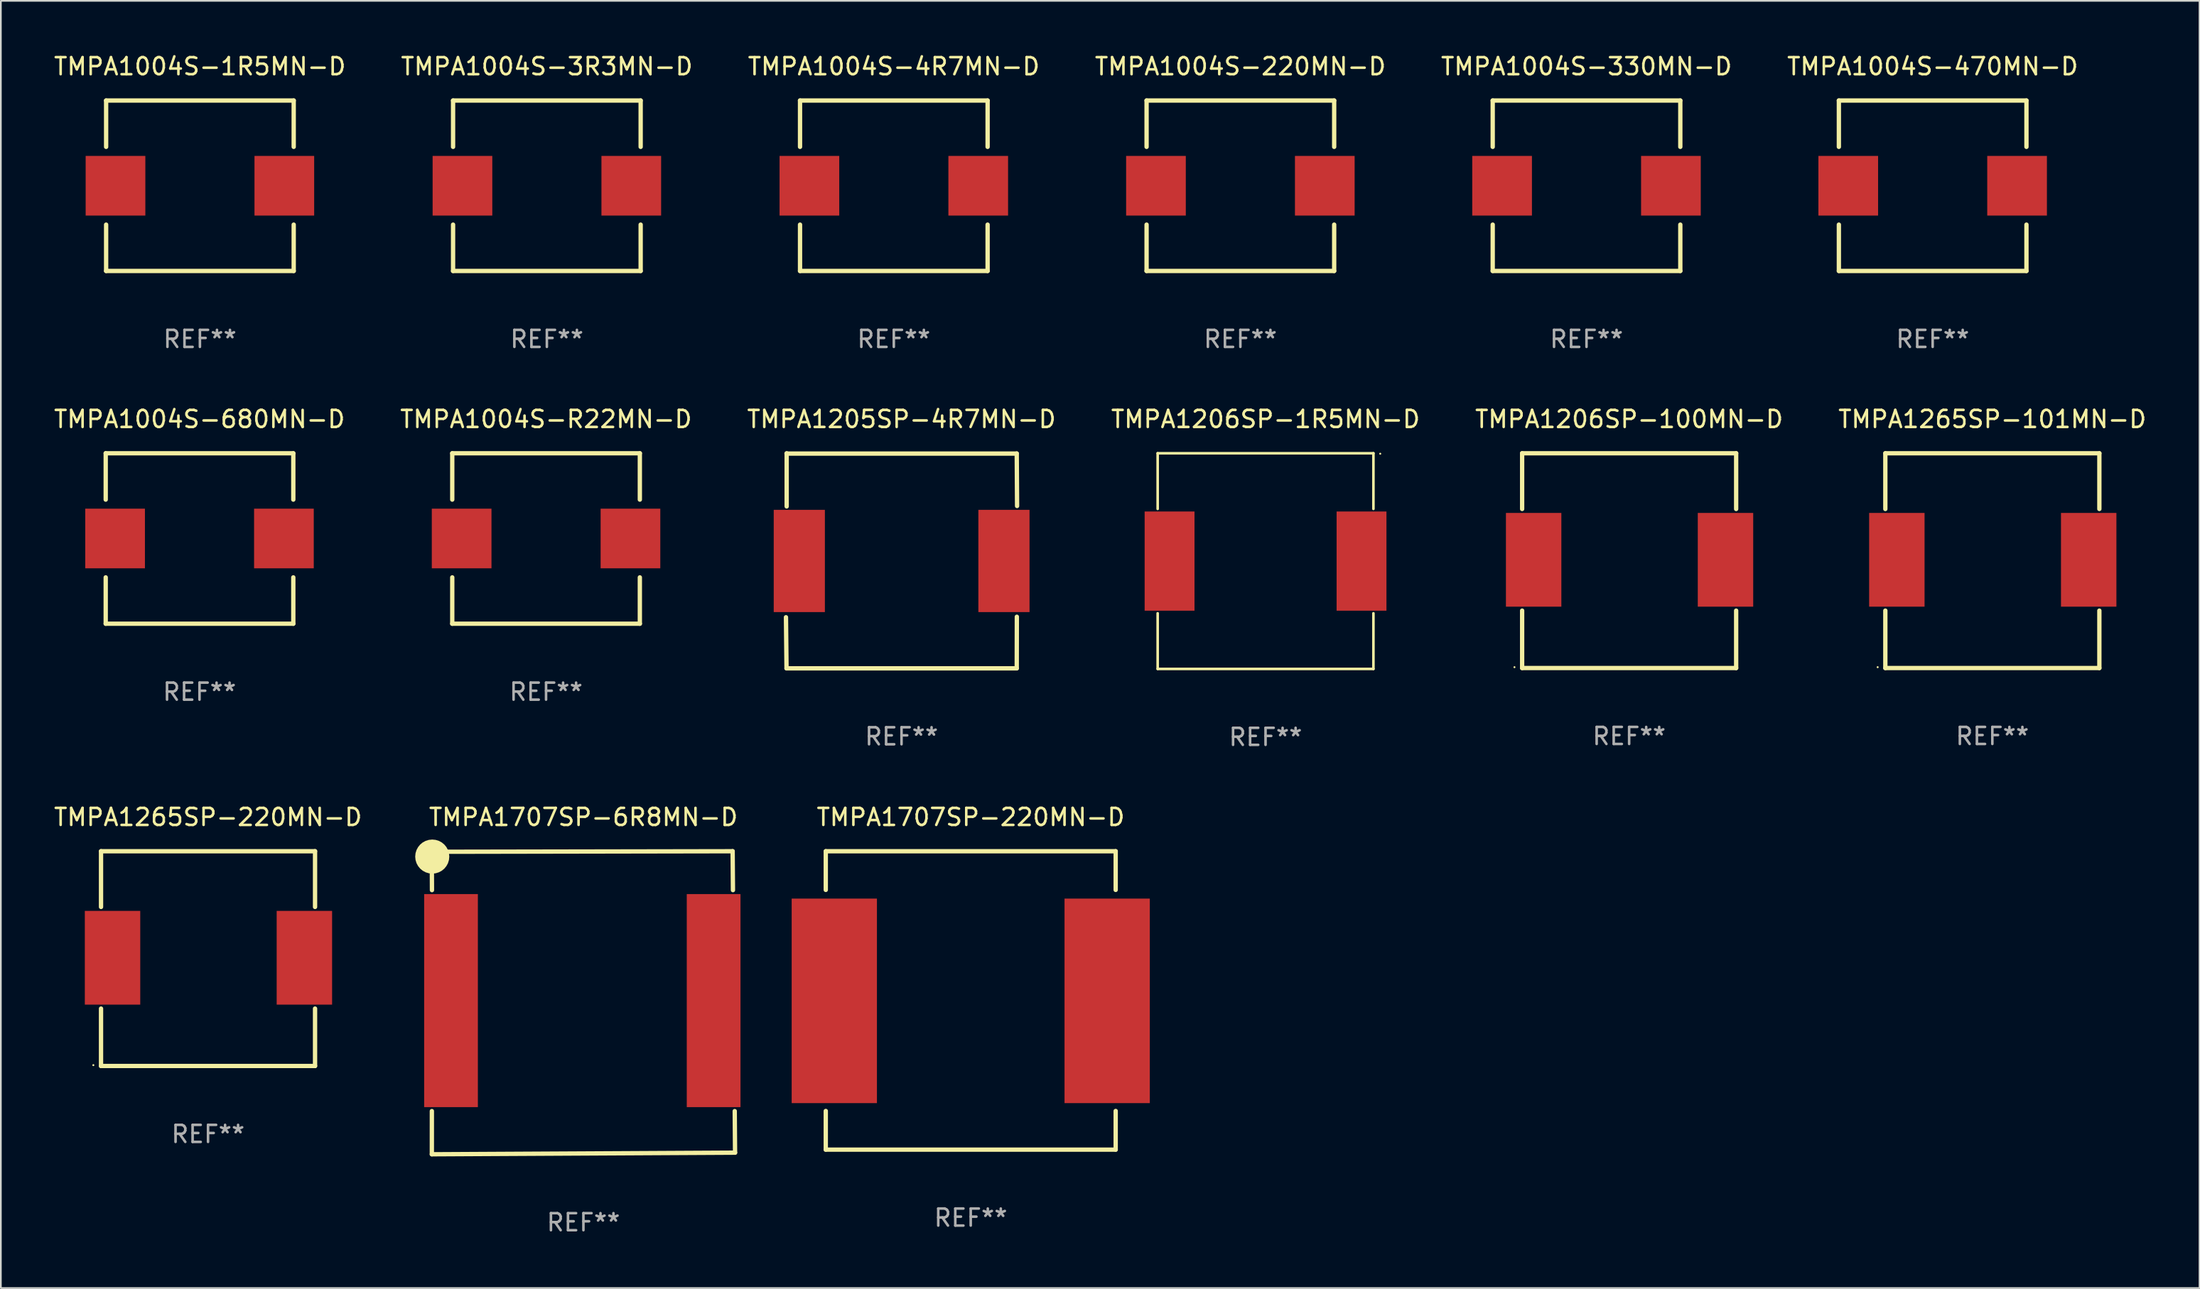
<source format=kicad_pcb>
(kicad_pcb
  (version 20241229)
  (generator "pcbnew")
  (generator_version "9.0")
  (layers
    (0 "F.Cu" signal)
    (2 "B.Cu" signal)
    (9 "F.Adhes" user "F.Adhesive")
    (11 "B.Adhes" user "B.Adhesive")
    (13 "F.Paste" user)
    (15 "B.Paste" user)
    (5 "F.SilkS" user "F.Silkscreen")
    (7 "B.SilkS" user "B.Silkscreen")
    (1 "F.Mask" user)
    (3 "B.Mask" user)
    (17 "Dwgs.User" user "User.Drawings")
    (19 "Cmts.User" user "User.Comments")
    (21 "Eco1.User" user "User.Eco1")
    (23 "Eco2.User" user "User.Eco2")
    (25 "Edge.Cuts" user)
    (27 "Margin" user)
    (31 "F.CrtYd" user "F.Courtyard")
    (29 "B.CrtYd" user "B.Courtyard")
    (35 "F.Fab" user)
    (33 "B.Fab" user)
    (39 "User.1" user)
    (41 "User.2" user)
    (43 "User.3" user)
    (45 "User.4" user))
  (footprint "TMPA1205SP-4R7MN-D"
    (layer "F.Cu")
    (at 49.815 29.854)
    (property "Reference" "TMPA1205SP-4R7MN-D" (at 0 -8.309 0) (layer "F.SilkS") (effects (font (size 1 1) (thickness 0.15))))
    (attr through_hole)
    (fp_line (start -6.744 -6.291) (end 6.756 -6.291) (stroke (width 0.254) (type solid)) (layer "F.SilkS"))
    (fp_line (start -6.744 6.309) (end -6.776 3.311) (stroke (width 0.254) (type solid)) (layer "F.SilkS"))
    (fp_line (start -6.735 -3.191) (end -6.735 -6.309) (stroke (width 0.254) (type solid)) (layer "F.SilkS"))
    (fp_line (start 6.756 6.309) (end -6.744 6.309) (stroke (width 0.254) (type solid)) (layer "F.SilkS"))
    (fp_line (start 6.756 6.309) (end 6.762 3.283) (stroke (width 0.254) (type solid)) (layer "F.SilkS"))
    (fp_line (start 6.776 -3.216) (end 6.756 -6.297) (stroke (width 0.254) (type solid)) (layer "F.SilkS"))
    (fp_circle (center -6.744 6.309) (end -6.714 6.309) (stroke (width 0.06) (type solid)) (fill no) (layer "F.SilkS"))
    (fp_text user "REF**" (at 0 10.309 0) (layer "F.Fab") (effects (font (size 1 1) (thickness 0.15))))
    (pad "1" smd rect (at -5.994 0.009) (size 3 6) (layers "F.Cu" "F.Mask" "F.Paste"))
    (pad "2" smd rect (at 6.006 0.009) (size 3 6) (layers "F.Cu" "F.Mask" "F.Paste")))
  (footprint "TMPA1004S-330MN-D"
    (layer "F.Cu")
    (at 89.982 7.848)
    (property "Reference" "TMPA1004S-330MN-D" (at 0 -7 0) (layer "F.SilkS") (effects (font (size 1 1) (thickness 0.15))))
    (attr through_hole)
    (fp_line (start -5.5 -5) (end 5.5 -5) (stroke (width 0.254) (type solid)) (layer "F.SilkS"))
    (fp_line (start -5.5 -2.281) (end -5.5 -5) (stroke (width 0.254) (type solid)) (layer "F.SilkS"))
    (fp_line (start -5.5 5) (end -5.5 2.281) (stroke (width 0.254) (type solid)) (layer "F.SilkS"))
    (fp_line (start -5.5 5) (end 5.5 5) (stroke (width 0.254) (type solid)) (layer "F.SilkS"))
    (fp_line (start 5.5 -2.281) (end 5.5 -5) (stroke (width 0.254) (type solid)) (layer "F.SilkS"))
    (fp_line (start 5.5 5) (end 5.5 2.281) (stroke (width 0.254) (type solid)) (layer "F.SilkS"))
    (fp_circle (center -5.5 5) (end -5.47 5) (stroke (width 0.06) (type solid)) (fill no) (layer "F.SilkS"))
    (fp_text user "REF**" (at 0 9 0) (layer "F.Fab") (effects (font (size 1 1) (thickness 0.15))))
    (pad "1" smd rect (at -4.95 0 90) (size 3.5 3.5) (layers "F.Cu" "F.Mask" "F.Paste"))
    (pad "2" smd rect (at 4.95 0 270) (size 3.5 3.5) (layers "F.Cu" "F.Mask" "F.Paste")))
  (footprint "TMPA1265SP-220MN-D"
    (layer "F.Cu")
    (at 9.149 53.194)
    (property "Reference" "TMPA1265SP-220MN-D" (at 0 -8.3 0) (layer "F.SilkS") (effects (font (size 1 1) (thickness 0.15))))
    (attr through_hole)
    (fp_line (start -6.275 -6.3) (end 6.275 -6.3) (stroke (width 0.254) (type solid)) (layer "F.SilkS"))
    (fp_line (start -6.275 -3.031) (end -6.275 -6.3) (stroke (width 0.254) (type solid)) (layer "F.SilkS"))
    (fp_line (start -6.275 6.3) (end -6.275 2.931) (stroke (width 0.254) (type solid)) (layer "F.SilkS"))
    (fp_line (start 6.275 -6.3) (end 6.275 -3.031) (stroke (width 0.254) (type solid)) (layer "F.SilkS"))
    (fp_line (start 6.275 2.931) (end 6.275 6.3) (stroke (width 0.254) (type solid)) (layer "F.SilkS"))
    (fp_line (start 6.275 6.3) (end -6.275 6.3) (stroke (width 0.254) (type solid)) (layer "F.SilkS"))
    (fp_circle (center -6.725 6.25) (end -6.695 6.25) (stroke (width 0.06) (type solid)) (fill no) (layer "F.SilkS"))
    (fp_text user "REF**" (at 0 10.3 0) (layer "F.Fab") (effects (font (size 1 1) (thickness 0.15))))
    (pad "1" smd rect (at -5.6 -0.05) (size 3.25 5.5) (layers "F.Cu" "F.Mask" "F.Paste"))
    (pad "2" smd rect (at 5.65 -0.05) (size 3.25 5.5) (layers "F.Cu" "F.Mask" "F.Paste")))
  (footprint "TMPA1004S-220MN-D"
    (layer "F.Cu")
    (at 69.685 7.848)
    (property "Reference" "TMPA1004S-220MN-D" (at 0 -7 0) (layer "F.SilkS") (effects (font (size 1 1) (thickness 0.15))))
    (attr through_hole)
    (fp_line (start -5.5 -5) (end 5.5 -5) (stroke (width 0.254) (type solid)) (layer "F.SilkS"))
    (fp_line (start -5.5 -2.281) (end -5.5 -5) (stroke (width 0.254) (type solid)) (layer "F.SilkS"))
    (fp_line (start -5.5 5) (end -5.5 2.281) (stroke (width 0.254) (type solid)) (layer "F.SilkS"))
    (fp_line (start -5.5 5) (end 5.5 5) (stroke (width 0.254) (type solid)) (layer "F.SilkS"))
    (fp_line (start 5.5 -2.281) (end 5.5 -5) (stroke (width 0.254) (type solid)) (layer "F.SilkS"))
    (fp_line (start 5.5 5) (end 5.5 2.281) (stroke (width 0.254) (type solid)) (layer "F.SilkS"))
    (fp_circle (center -5.5 5) (end -5.47 5) (stroke (width 0.06) (type solid)) (fill no) (layer "F.SilkS"))
    (fp_text user "REF**" (at 0 9 0) (layer "F.Fab") (effects (font (size 1 1) (thickness 0.15))))
    (pad "1" smd rect (at -4.95 0 90) (size 3.5 3.5) (layers "F.Cu" "F.Mask" "F.Paste"))
    (pad "2" smd rect (at 4.95 0 270) (size 3.5 3.5) (layers "F.Cu" "F.Mask" "F.Paste")))
  (footprint "TMPA1265SP-101MN-D"
    (layer "F.Cu")
    (at 113.78 29.845)
    (property "Reference" "TMPA1265SP-101MN-D" (at 0 -8.3 0) (layer "F.SilkS") (effects (font (size 1 1) (thickness 0.15))))
    (attr through_hole)
    (fp_line (start -6.275 -6.3) (end 6.275 -6.3) (stroke (width 0.254) (type solid)) (layer "F.SilkS"))
    (fp_line (start -6.275 -3.031) (end -6.275 -6.3) (stroke (width 0.254) (type solid)) (layer "F.SilkS"))
    (fp_line (start -6.275 6.3) (end -6.275 2.931) (stroke (width 0.254) (type solid)) (layer "F.SilkS"))
    (fp_line (start 6.275 -6.3) (end 6.275 -3.031) (stroke (width 0.254) (type solid)) (layer "F.SilkS"))
    (fp_line (start 6.275 2.931) (end 6.275 6.3) (stroke (width 0.254) (type solid)) (layer "F.SilkS"))
    (fp_line (start 6.275 6.3) (end -6.275 6.3) (stroke (width 0.254) (type solid)) (layer "F.SilkS"))
    (fp_circle (center -6.725 6.25) (end -6.695 6.25) (stroke (width 0.06) (type solid)) (fill no) (layer "F.SilkS"))
    (fp_text user "REF**" (at 0 10.3 0) (layer "F.Fab") (effects (font (size 1 1) (thickness 0.15))))
    (pad "1" smd rect (at -5.6 -0.05) (size 3.25 5.5) (layers "F.Cu" "F.Mask" "F.Paste"))
    (pad "2" smd rect (at 5.65 -0.05) (size 3.25 5.5) (layers "F.Cu" "F.Mask" "F.Paste")))
  (footprint "TMPA1004S-R22MN-D"
    (layer "F.Cu")
    (at 28.97 28.545)
    (property "Reference" "TMPA1004S-R22MN-D" (at 0 -7 0) (layer "F.SilkS") (effects (font (size 1 1) (thickness 0.15))))
    (attr through_hole)
    (fp_line (start -5.5 -5) (end 5.5 -5) (stroke (width 0.254) (type solid)) (layer "F.SilkS"))
    (fp_line (start -5.5 -2.281) (end -5.5 -5) (stroke (width 0.254) (type solid)) (layer "F.SilkS"))
    (fp_line (start -5.5 5) (end -5.5 2.281) (stroke (width 0.254) (type solid)) (layer "F.SilkS"))
    (fp_line (start -5.5 5) (end 5.5 5) (stroke (width 0.254) (type solid)) (layer "F.SilkS"))
    (fp_line (start 5.5 -2.281) (end 5.5 -5) (stroke (width 0.254) (type solid)) (layer "F.SilkS"))
    (fp_line (start 5.5 5) (end 5.5 2.281) (stroke (width 0.254) (type solid)) (layer "F.SilkS"))
    (fp_circle (center -5.5 5) (end -5.47 5) (stroke (width 0.06) (type solid)) (fill no) (layer "F.SilkS"))
    (fp_text user "REF**" (at 0 9 0) (layer "F.Fab") (effects (font (size 1 1) (thickness 0.15))))
    (pad "1" smd rect (at -4.95 0 90) (size 3.5 3.5) (layers "F.Cu" "F.Mask" "F.Paste"))
    (pad "2" smd rect (at 4.95 0 270) (size 3.5 3.5) (layers "F.Cu" "F.Mask" "F.Paste")))
  (footprint "TMPA1004S-1R5MN-D"
    (layer "F.Cu")
    (at 8.673 7.848)
    (property "Reference" "TMPA1004S-1R5MN-D" (at 0 -7 0) (layer "F.SilkS") (effects (font (size 1 1) (thickness 0.15))))
    (attr through_hole)
    (fp_line (start -5.5 -5) (end 5.5 -5) (stroke (width 0.254) (type solid)) (layer "F.SilkS"))
    (fp_line (start -5.5 -2.281) (end -5.5 -5) (stroke (width 0.254) (type solid)) (layer "F.SilkS"))
    (fp_line (start -5.5 5) (end -5.5 2.281) (stroke (width 0.254) (type solid)) (layer "F.SilkS"))
    (fp_line (start -5.5 5) (end 5.5 5) (stroke (width 0.254) (type solid)) (layer "F.SilkS"))
    (fp_line (start 5.5 -2.281) (end 5.5 -5) (stroke (width 0.254) (type solid)) (layer "F.SilkS"))
    (fp_line (start 5.5 5) (end 5.5 2.281) (stroke (width 0.254) (type solid)) (layer "F.SilkS"))
    (fp_circle (center -5.5 5) (end -5.47 5) (stroke (width 0.06) (type solid)) (fill no) (layer "F.SilkS"))
    (fp_text user "REF**" (at 0 9 0) (layer "F.Fab") (effects (font (size 1 1) (thickness 0.15))))
    (pad "1" smd rect (at -4.95 0 90) (size 3.5 3.5) (layers "F.Cu" "F.Mask" "F.Paste"))
    (pad "2" smd rect (at 4.95 0 270) (size 3.5 3.5) (layers "F.Cu" "F.Mask" "F.Paste")))
  (footprint "TMPA1206SP-100MN-D"
    (layer "F.Cu")
    (at 92.482 29.845)
    (property "Reference" "TMPA1206SP-100MN-D" (at 0 -8.3 0) (layer "F.SilkS") (effects (font (size 1 1) (thickness 0.15))))
    (attr through_hole)
    (fp_line (start -6.275 -6.3) (end 6.275 -6.3) (stroke (width 0.254) (type solid)) (layer "F.SilkS"))
    (fp_line (start -6.275 -3.031) (end -6.275 -6.3) (stroke (width 0.254) (type solid)) (layer "F.SilkS"))
    (fp_line (start -6.275 6.3) (end -6.275 2.931) (stroke (width 0.254) (type solid)) (layer "F.SilkS"))
    (fp_line (start 6.275 -6.3) (end 6.275 -3.031) (stroke (width 0.254) (type solid)) (layer "F.SilkS"))
    (fp_line (start 6.275 2.931) (end 6.275 6.3) (stroke (width 0.254) (type solid)) (layer "F.SilkS"))
    (fp_line (start 6.275 6.3) (end -6.275 6.3) (stroke (width 0.254) (type solid)) (layer "F.SilkS"))
    (fp_circle (center -6.725 6.25) (end -6.695 6.25) (stroke (width 0.06) (type solid)) (fill no) (layer "F.SilkS"))
    (fp_text user "REF**" (at 0 10.3 0) (layer "F.Fab") (effects (font (size 1 1) (thickness 0.15))))
    (pad "1" smd rect (at -5.6 -0.05) (size 3.25 5.5) (layers "F.Cu" "F.Mask" "F.Paste"))
    (pad "2" smd rect (at 5.65 -0.05) (size 3.25 5.5) (layers "F.Cu" "F.Mask" "F.Paste")))
  (footprint "TMPA1004S-680MN-D"
    (layer "F.Cu")
    (at 8.649 28.545)
    (property "Reference" "TMPA1004S-680MN-D" (at 0 -7 0) (layer "F.SilkS") (effects (font (size 1 1) (thickness 0.15))))
    (attr through_hole)
    (fp_line (start -5.5 -5) (end 5.5 -5) (stroke (width 0.254) (type solid)) (layer "F.SilkS"))
    (fp_line (start -5.5 -2.281) (end -5.5 -5) (stroke (width 0.254) (type solid)) (layer "F.SilkS"))
    (fp_line (start -5.5 5) (end -5.5 2.281) (stroke (width 0.254) (type solid)) (layer "F.SilkS"))
    (fp_line (start -5.5 5) (end 5.5 5) (stroke (width 0.254) (type solid)) (layer "F.SilkS"))
    (fp_line (start 5.5 -2.281) (end 5.5 -5) (stroke (width 0.254) (type solid)) (layer "F.SilkS"))
    (fp_line (start 5.5 5) (end 5.5 2.281) (stroke (width 0.254) (type solid)) (layer "F.SilkS"))
    (fp_circle (center -5.5 5) (end -5.47 5) (stroke (width 0.06) (type solid)) (fill no) (layer "F.SilkS"))
    (fp_text user "REF**" (at 0 9 0) (layer "F.Fab") (effects (font (size 1 1) (thickness 0.15))))
    (pad "1" smd rect (at -4.95 0 90) (size 3.5 3.5) (layers "F.Cu" "F.Mask" "F.Paste"))
    (pad "2" smd rect (at 4.95 0 270) (size 3.5 3.5) (layers "F.Cu" "F.Mask" "F.Paste")))
  (footprint "TMPA1206SP-1R5MN-D"
    (layer "F.Cu")
    (at 71.161 29.871)
    (property "Reference" "TMPA1206SP-1R5MN-D" (at 0 -8.326 0) (layer "F.SilkS") (effects (font (size 1 1) (thickness 0.15))))
    (attr through_hole)
    (fp_line (start -6.326 -6.326) (end 6.326 -6.326) (stroke (width 0.152) (type solid)) (layer "F.SilkS"))
    (fp_line (start -6.326 -3.062) (end -6.326 -6.326) (stroke (width 0.152) (type solid)) (layer "F.SilkS"))
    (fp_line (start -6.326 3.062) (end -6.326 6.326) (stroke (width 0.152) (type solid)) (layer "F.SilkS"))
    (fp_line (start -6.326 6.326) (end 6.326 6.326) (stroke (width 0.152) (type solid)) (layer "F.SilkS"))
    (fp_line (start 6.326 -6.326) (end 6.326 -3.062) (stroke (width 0.152) (type solid)) (layer "F.SilkS"))
    (fp_line (start 6.326 6.326) (end 6.326 3.062) (stroke (width 0.152) (type solid)) (layer "F.SilkS"))
    (fp_circle (center 6.725 -6.3) (end 6.755 -6.3) (stroke (width 0.06) (type solid)) (fill no) (layer "F.SilkS"))
    (fp_text user "REF**" (at 0 10.326 0) (layer "F.Fab") (effects (font (size 1 1) (thickness 0.15))))
    (pad "1" smd rect (at 5.628 0) (size 2.924 5.82) (layers "F.Cu" "F.Mask" "F.Paste"))
    (pad "2" smd rect (at -5.628 0) (size 2.924 5.82) (layers "F.Cu" "F.Mask" "F.Paste")))
  (footprint "TMPA1707SP-6R8MN-D"
    (layer "F.Cu")
    (at 31.161 55.784)
    (property "Reference" "TMPA1707SP-6R8MN-D" (at 0 -10.89 0) (layer "F.SilkS") (effects (font (size 1 1) (thickness 0.15))))
    (attr through_hole)
    (fp_line (start -8.892 -8.858) (end -8.881 -6.607) (stroke (width 0.254) (type solid)) (layer "F.SilkS"))
    (fp_line (start -8.888 8.89) (end 8.892 8.796) (stroke (width 0.254) (type solid)) (layer "F.SilkS"))
    (fp_line (start -8.887 6.356) (end -8.888 8.89) (stroke (width 0.254) (type solid)) (layer "F.SilkS"))
    (fp_line (start 8.751 -8.89) (end -8.892 -8.858) (stroke (width 0.254) (type solid)) (layer "F.SilkS"))
    (fp_line (start 8.769 -6.607) (end 8.751 -8.89) (stroke (width 0.254) (type solid)) (layer "F.SilkS"))
    (fp_line (start 8.892 8.796) (end 8.873 6.356) (stroke (width 0.254) (type solid)) (layer "F.SilkS"))
    (fp_circle (center -8.864 -8.576) (end -8.364 -8.576) (stroke (width 1) (type solid)) (fill no) (layer "F.SilkS"))
    (fp_text user "REF**" (at 0 12.89 0) (layer "F.Fab") (effects (font (size 1 1) (thickness 0.15))))
    (pad "1" smd rect (at -7.764 -0.126) (size 3.15 12.5) (layers "F.Cu" "F.Mask" "F.Paste"))
    (pad "2" smd rect (at 7.636 -0.126) (size 3.15 12.5) (layers "F.Cu" "F.Mask" "F.Paste")))
  (footprint "TMPA1004S-3R3MN-D"
    (layer "F.Cu")
    (at 29.018 7.848)
    (property "Reference" "TMPA1004S-3R3MN-D" (at 0 -7 0) (layer "F.SilkS") (effects (font (size 1 1) (thickness 0.15))))
    (attr through_hole)
    (fp_line (start -5.5 -5) (end 5.5 -5) (stroke (width 0.254) (type solid)) (layer "F.SilkS"))
    (fp_line (start -5.5 -2.281) (end -5.5 -5) (stroke (width 0.254) (type solid)) (layer "F.SilkS"))
    (fp_line (start -5.5 5) (end -5.5 2.281) (stroke (width 0.254) (type solid)) (layer "F.SilkS"))
    (fp_line (start -5.5 5) (end 5.5 5) (stroke (width 0.254) (type solid)) (layer "F.SilkS"))
    (fp_line (start 5.5 -2.281) (end 5.5 -5) (stroke (width 0.254) (type solid)) (layer "F.SilkS"))
    (fp_line (start 5.5 5) (end 5.5 2.281) (stroke (width 0.254) (type solid)) (layer "F.SilkS"))
    (fp_circle (center -5.5 5) (end -5.47 5) (stroke (width 0.06) (type solid)) (fill no) (layer "F.SilkS"))
    (fp_text user "REF**" (at 0 9 0) (layer "F.Fab") (effects (font (size 1 1) (thickness 0.15))))
    (pad "1" smd rect (at -4.95 0 90) (size 3.5 3.5) (layers "F.Cu" "F.Mask" "F.Paste"))
    (pad "2" smd rect (at 4.95 0 270) (size 3.5 3.5) (layers "F.Cu" "F.Mask" "F.Paste")))
  (footprint "TMPA1004S-4R7MN-D"
    (layer "F.Cu")
    (at 49.363 7.848)
    (property "Reference" "TMPA1004S-4R7MN-D" (at 0 -7 0) (layer "F.SilkS") (effects (font (size 1 1) (thickness 0.15))))
    (attr through_hole)
    (fp_line (start -5.5 -5) (end 5.5 -5) (stroke (width 0.254) (type solid)) (layer "F.SilkS"))
    (fp_line (start -5.5 -2.281) (end -5.5 -5) (stroke (width 0.254) (type solid)) (layer "F.SilkS"))
    (fp_line (start -5.5 5) (end -5.5 2.281) (stroke (width 0.254) (type solid)) (layer "F.SilkS"))
    (fp_line (start -5.5 5) (end 5.5 5) (stroke (width 0.254) (type solid)) (layer "F.SilkS"))
    (fp_line (start 5.5 -2.281) (end 5.5 -5) (stroke (width 0.254) (type solid)) (layer "F.SilkS"))
    (fp_line (start 5.5 5) (end 5.5 2.281) (stroke (width 0.254) (type solid)) (layer "F.SilkS"))
    (fp_circle (center -5.5 5) (end -5.47 5) (stroke (width 0.06) (type solid)) (fill no) (layer "F.SilkS"))
    (fp_text user "REF**" (at 0 9 0) (layer "F.Fab") (effects (font (size 1 1) (thickness 0.15))))
    (pad "1" smd rect (at -4.95 0 90) (size 3.5 3.5) (layers "F.Cu" "F.Mask" "F.Paste"))
    (pad "2" smd rect (at 4.95 0 270) (size 3.5 3.5) (layers "F.Cu" "F.Mask" "F.Paste")))
  (footprint "TMPA1004S-470MN-D"
    (layer "F.Cu")
    (at 110.28 7.848)
    (property "Reference" "TMPA1004S-470MN-D" (at 0 -7 0) (layer "F.SilkS") (effects (font (size 1 1) (thickness 0.15))))
    (attr through_hole)
    (fp_line (start -5.5 -5) (end 5.5 -5) (stroke (width 0.254) (type solid)) (layer "F.SilkS"))
    (fp_line (start -5.5 -2.281) (end -5.5 -5) (stroke (width 0.254) (type solid)) (layer "F.SilkS"))
    (fp_line (start -5.5 5) (end -5.5 2.281) (stroke (width 0.254) (type solid)) (layer "F.SilkS"))
    (fp_line (start -5.5 5) (end 5.5 5) (stroke (width 0.254) (type solid)) (layer "F.SilkS"))
    (fp_line (start 5.5 -2.281) (end 5.5 -5) (stroke (width 0.254) (type solid)) (layer "F.SilkS"))
    (fp_line (start 5.5 5) (end 5.5 2.281) (stroke (width 0.254) (type solid)) (layer "F.SilkS"))
    (fp_circle (center -5.47 4.97) (end -5.44 4.97) (stroke (width 0.06) (type solid)) (fill no) (layer "F.SilkS"))
    (fp_text user "REF**" (at 0 9 0) (layer "F.Fab") (effects (font (size 1 1) (thickness 0.15))))
    (pad "1" smd rect (at -4.95 0.000025 90) (size 3.5 3.5) (layers "F.Cu" "F.Mask" "F.Paste"))
    (pad "2" smd rect (at 4.95 0.000025 270) (size 3.5 3.5) (layers "F.Cu" "F.Mask" "F.Paste")))
  (footprint "TMPA1707SP-220MN-D"
    (layer "F.Cu")
    (at 53.873 55.648)
    (property "Reference" "TMPA1707SP-220MN-D" (at 0 -10.754 0) (layer "F.SilkS") (effects (font (size 1 1) (thickness 0.15))))
    (attr through_hole)
    (fp_line (start -8.5 -8.754) (end -8.5 -6.485) (stroke (width 0.254) (type solid)) (layer "F.SilkS"))
    (fp_line (start -8.5 -8.754) (end 8.5 -8.754) (stroke (width 0.254) (type solid)) (layer "F.SilkS"))
    (fp_line (start -8.5 6.485) (end -8.5 8.754) (stroke (width 0.254) (type solid)) (layer "F.SilkS"))
    (fp_line (start 8.5 -8.754) (end 8.5 -6.485) (stroke (width 0.254) (type solid)) (layer "F.SilkS"))
    (fp_line (start 8.5 6.485) (end 8.5 8.754) (stroke (width 0.254) (type solid)) (layer "F.SilkS"))
    (fp_line (start 8.5 8.754) (end -8.5 8.754) (stroke (width 0.254) (type solid)) (layer "F.SilkS"))
    (fp_circle (center -8.5 8.775) (end -8.47 8.775) (stroke (width 0.06) (type solid)) (fill no) (layer "F.SilkS"))
    (fp_text user "REF**" (at 0 12.754 0) (layer "F.Fab") (effects (font (size 1 1) (thickness 0.15))))
    (pad "1" smd rect (at -8 0.025 90) (size 12 5) (layers "F.Cu" "F.Mask" "F.Paste"))
    (pad "2" smd rect (at 8 0.025 90) (size 12 5) (layers "F.Cu" "F.Mask" "F.Paste")))
  (gr_rect
    (start -3 -3)
    (end 125.929 72.522)
    (stroke (width 0.1) (type default))
    (fill no)
    (layer "Edge.Cuts")))
</source>
